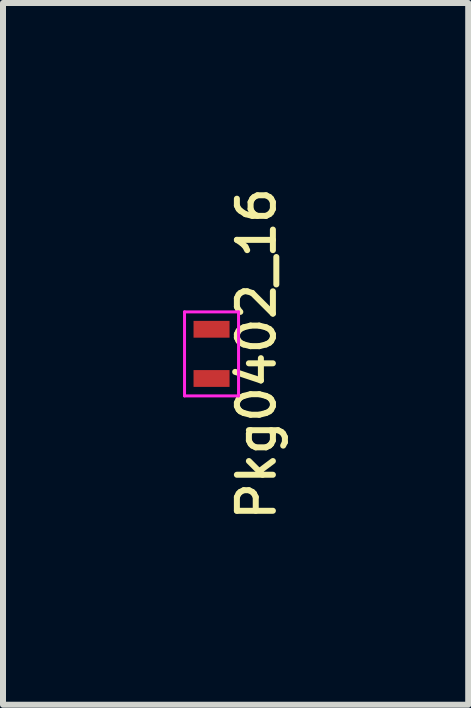
<source format=kicad_pcb>
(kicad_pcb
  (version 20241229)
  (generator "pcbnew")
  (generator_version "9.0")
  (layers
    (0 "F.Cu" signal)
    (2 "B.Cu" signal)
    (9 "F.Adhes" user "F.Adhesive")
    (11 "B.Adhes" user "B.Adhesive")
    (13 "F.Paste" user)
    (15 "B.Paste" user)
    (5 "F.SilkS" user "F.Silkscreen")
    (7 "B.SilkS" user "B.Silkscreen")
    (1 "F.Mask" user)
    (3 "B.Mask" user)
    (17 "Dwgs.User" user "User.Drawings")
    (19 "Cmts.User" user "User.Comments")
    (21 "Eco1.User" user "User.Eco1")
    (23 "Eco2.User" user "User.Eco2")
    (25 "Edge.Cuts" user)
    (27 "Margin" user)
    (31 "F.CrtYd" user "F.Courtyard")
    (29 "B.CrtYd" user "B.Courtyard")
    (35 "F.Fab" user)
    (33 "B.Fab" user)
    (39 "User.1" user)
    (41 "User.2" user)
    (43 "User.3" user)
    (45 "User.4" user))
  (footprint "Pkg0402_16"
    (layer "F.Cu")
    (at 0.475 2.847)
    (property "Reference" "Pkg0402_16" (at 0.75 0 90) (layer "F.SilkS") (effects (font (size 0.6 0.6) (thickness 0.1))))
    (fp_line (start -0.45 -0.7) (end -0.45 0.7) (stroke (width 0.05) (type solid)) (layer "F.CrtYd"))
    (fp_line (start -0.45 0.7) (end 0.45 0.7) (stroke (width 0.05) (type solid)) (layer "F.CrtYd"))
    (fp_line (start 0.45 -0.7) (end -0.45 -0.7) (stroke (width 0.05) (type solid)) (layer "F.CrtYd"))
    (fp_line (start 0.45 0.7) (end 0.45 -0.7) (stroke (width 0.05) (type solid)) (layer "F.CrtYd"))
    (pad "1" smd rect (at 0 -0.41) (size 0.6 0.28) (layers "F.Cu" "F.Mask" "F.Paste"))
    (pad "2" smd rect (at 0 0.41) (size 0.6 0.28) (layers "F.Cu" "F.Mask" "F.Paste")))
  (gr_rect
    (start -3 -3)
    (end 4.752 8.694)
    (stroke (width 0.1) (type default))
    (fill no)
    (layer "Edge.Cuts")))
</source>
